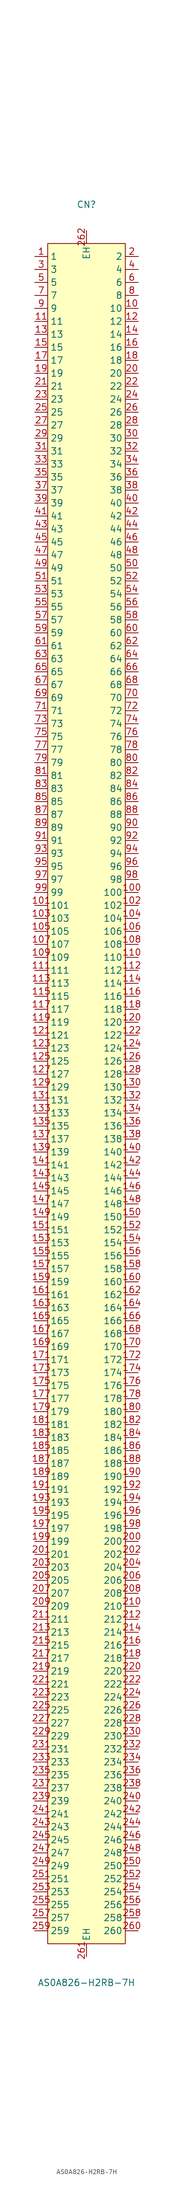
<source format=kicad_sym>
(kicad_symbol_lib
  (version 20231120)
  (generator "kicad_symbol_editor")
  (generator_version "8.0")
  (symbol "AS0A826-H2RB-7H"
    (property "Reference" "CN"
      (at 0 175.26 0)
      (effects (font (size 1.27 1.27))))
    (property "Value" "AS0A826-H2RB-7H"
      (at 0 -172.72 0)
      (effects (font (size 1.27 1.27))))
    (symbol "AS0A826-H2RB-7H_0_1"
      (rectangle (start -7.62 167.64) (end 7.62 -165.1) (stroke (width 0) (type default)) (fill (type background)))
      (pin unspecified line (at -10.16 165.1 0) (length 2.54) (name "1" (effects (font (size 1.27 1.27)))) (number "1" (effects (font (size 1.27 1.27)))))
      (pin unspecified line (at 10.16 154.94 180) (length 2.54) (name "10" (effects (font (size 1.27 1.27)))) (number "10" (effects (font (size 1.27 1.27)))))
      (pin unspecified line (at 10.16 40.64 180) (length 2.54) (name "100" (effects (font (size 1.27 1.27)))) (number "100" (effects (font (size 1.27 1.27)))))
      (pin unspecified line (at -10.16 38.1 0) (length 2.54) (name "101" (effects (font (size 1.27 1.27)))) (number "101" (effects (font (size 1.27 1.27)))))
      (pin unspecified line (at 10.16 38.1 180) (length 2.54) (name "102" (effects (font (size 1.27 1.27)))) (number "102" (effects (font (size 1.27 1.27)))))
      (pin unspecified line (at -10.16 35.56 0) (length 2.54) (name "103" (effects (font (size 1.27 1.27)))) (number "103" (effects (font (size 1.27 1.27)))))
      (pin unspecified line (at 10.16 35.56 180) (length 2.54) (name "104" (effects (font (size 1.27 1.27)))) (number "104" (effects (font (size 1.27 1.27)))))
      (pin unspecified line (at -10.16 33.02 0) (length 2.54) (name "105" (effects (font (size 1.27 1.27)))) (number "105" (effects (font (size 1.27 1.27)))))
      (pin unspecified line (at 10.16 33.02 180) (length 2.54) (name "106" (effects (font (size 1.27 1.27)))) (number "106" (effects (font (size 1.27 1.27)))))
      (pin unspecified line (at -10.16 30.48 0) (length 2.54) (name "107" (effects (font (size 1.27 1.27)))) (number "107" (effects (font (size 1.27 1.27)))))
      (pin unspecified line (at 10.16 30.48 180) (length 2.54) (name "108" (effects (font (size 1.27 1.27)))) (number "108" (effects (font (size 1.27 1.27)))))
      (pin unspecified line (at -10.16 27.94 0) (length 2.54) (name "109" (effects (font (size 1.27 1.27)))) (number "109" (effects (font (size 1.27 1.27)))))
      (pin unspecified line (at -10.16 152.4 0) (length 2.54) (name "11" (effects (font (size 1.27 1.27)))) (number "11" (effects (font (size 1.27 1.27)))))
      (pin unspecified line (at 10.16 27.94 180) (length 2.54) (name "110" (effects (font (size 1.27 1.27)))) (number "110" (effects (font (size 1.27 1.27)))))
      (pin unspecified line (at -10.16 25.4 0) (length 2.54) (name "111" (effects (font (size 1.27 1.27)))) (number "111" (effects (font (size 1.27 1.27)))))
      (pin unspecified line (at 10.16 25.4 180) (length 2.54) (name "112" (effects (font (size 1.27 1.27)))) (number "112" (effects (font (size 1.27 1.27)))))
      (pin unspecified line (at -10.16 22.86 0) (length 2.54) (name "113" (effects (font (size 1.27 1.27)))) (number "113" (effects (font (size 1.27 1.27)))))
      (pin unspecified line (at 10.16 22.86 180) (length 2.54) (name "114" (effects (font (size 1.27 1.27)))) (number "114" (effects (font (size 1.27 1.27)))))
      (pin unspecified line (at -10.16 20.32 0) (length 2.54) (name "115" (effects (font (size 1.27 1.27)))) (number "115" (effects (font (size 1.27 1.27)))))
      (pin unspecified line (at 10.16 20.32 180) (length 2.54) (name "116" (effects (font (size 1.27 1.27)))) (number "116" (effects (font (size 1.27 1.27)))))
      (pin unspecified line (at -10.16 17.78 0) (length 2.54) (name "117" (effects (font (size 1.27 1.27)))) (number "117" (effects (font (size 1.27 1.27)))))
      (pin unspecified line (at 10.16 17.78 180) (length 2.54) (name "118" (effects (font (size 1.27 1.27)))) (number "118" (effects (font (size 1.27 1.27)))))
      (pin unspecified line (at -10.16 15.24 0) (length 2.54) (name "119" (effects (font (size 1.27 1.27)))) (number "119" (effects (font (size 1.27 1.27)))))
      (pin unspecified line (at 10.16 152.4 180) (length 2.54) (name "12" (effects (font (size 1.27 1.27)))) (number "12" (effects (font (size 1.27 1.27)))))
      (pin unspecified line (at 10.16 15.24 180) (length 2.54) (name "120" (effects (font (size 1.27 1.27)))) (number "120" (effects (font (size 1.27 1.27)))))
      (pin unspecified line (at -10.16 12.7 0) (length 2.54) (name "121" (effects (font (size 1.27 1.27)))) (number "121" (effects (font (size 1.27 1.27)))))
      (pin unspecified line (at 10.16 12.7 180) (length 2.54) (name "122" (effects (font (size 1.27 1.27)))) (number "122" (effects (font (size 1.27 1.27)))))
      (pin unspecified line (at -10.16 10.16 0) (length 2.54) (name "123" (effects (font (size 1.27 1.27)))) (number "123" (effects (font (size 1.27 1.27)))))
      (pin unspecified line (at 10.16 10.16 180) (length 2.54) (name "124" (effects (font (size 1.27 1.27)))) (number "124" (effects (font (size 1.27 1.27)))))
      (pin unspecified line (at -10.16 7.62 0) (length 2.54) (name "125" (effects (font (size 1.27 1.27)))) (number "125" (effects (font (size 1.27 1.27)))))
      (pin unspecified line (at 10.16 7.62 180) (length 2.54) (name "126" (effects (font (size 1.27 1.27)))) (number "126" (effects (font (size 1.27 1.27)))))
      (pin unspecified line (at -10.16 5.08 0) (length 2.54) (name "127" (effects (font (size 1.27 1.27)))) (number "127" (effects (font (size 1.27 1.27)))))
      (pin unspecified line (at 10.16 5.08 180) (length 2.54) (name "128" (effects (font (size 1.27 1.27)))) (number "128" (effects (font (size 1.27 1.27)))))
      (pin unspecified line (at -10.16 2.54 0) (length 2.54) (name "129" (effects (font (size 1.27 1.27)))) (number "129" (effects (font (size 1.27 1.27)))))
      (pin unspecified line (at -10.16 149.86 0) (length 2.54) (name "13" (effects (font (size 1.27 1.27)))) (number "13" (effects (font (size 1.27 1.27)))))
      (pin unspecified line (at 10.16 2.54 180) (length 2.54) (name "130" (effects (font (size 1.27 1.27)))) (number "130" (effects (font (size 1.27 1.27)))))
      (pin unspecified line (at -10.16 0 0) (length 2.54) (name "131" (effects (font (size 1.27 1.27)))) (number "131" (effects (font (size 1.27 1.27)))))
      (pin unspecified line (at 10.16 0 180) (length 2.54) (name "132" (effects (font (size 1.27 1.27)))) (number "132" (effects (font (size 1.27 1.27)))))
      (pin unspecified line (at -10.16 -2.54 0) (length 2.54) (name "133" (effects (font (size 1.27 1.27)))) (number "133" (effects (font (size 1.27 1.27)))))
      (pin unspecified line (at 10.16 -2.54 180) (length 2.54) (name "134" (effects (font (size 1.27 1.27)))) (number "134" (effects (font (size 1.27 1.27)))))
      (pin unspecified line (at -10.16 -5.08 0) (length 2.54) (name "135" (effects (font (size 1.27 1.27)))) (number "135" (effects (font (size 1.27 1.27)))))
      (pin unspecified line (at 10.16 -5.08 180) (length 2.54) (name "136" (effects (font (size 1.27 1.27)))) (number "136" (effects (font (size 1.27 1.27)))))
      (pin unspecified line (at -10.16 -7.62 0) (length 2.54) (name "137" (effects (font (size 1.27 1.27)))) (number "137" (effects (font (size 1.27 1.27)))))
      (pin unspecified line (at 10.16 -7.62 180) (length 2.54) (name "138" (effects (font (size 1.27 1.27)))) (number "138" (effects (font (size 1.27 1.27)))))
      (pin unspecified line (at -10.16 -10.16 0) (length 2.54) (name "139" (effects (font (size 1.27 1.27)))) (number "139" (effects (font (size 1.27 1.27)))))
      (pin unspecified line (at 10.16 149.86 180) (length 2.54) (name "14" (effects (font (size 1.27 1.27)))) (number "14" (effects (font (size 1.27 1.27)))))
      (pin unspecified line (at 10.16 -10.16 180) (length 2.54) (name "140" (effects (font (size 1.27 1.27)))) (number "140" (effects (font (size 1.27 1.27)))))
      (pin unspecified line (at -10.16 -12.7 0) (length 2.54) (name "141" (effects (font (size 1.27 1.27)))) (number "141" (effects (font (size 1.27 1.27)))))
      (pin unspecified line (at 10.16 -12.7 180) (length 2.54) (name "142" (effects (font (size 1.27 1.27)))) (number "142" (effects (font (size 1.27 1.27)))))
      (pin unspecified line (at -10.16 -15.24 0) (length 2.54) (name "143" (effects (font (size 1.27 1.27)))) (number "143" (effects (font (size 1.27 1.27)))))
      (pin unspecified line (at 10.16 -15.24 180) (length 2.54) (name "144" (effects (font (size 1.27 1.27)))) (number "144" (effects (font (size 1.27 1.27)))))
      (pin unspecified line (at -10.16 -17.78 0) (length 2.54) (name "145" (effects (font (size 1.27 1.27)))) (number "145" (effects (font (size 1.27 1.27)))))
      (pin unspecified line (at 10.16 -17.78 180) (length 2.54) (name "146" (effects (font (size 1.27 1.27)))) (number "146" (effects (font (size 1.27 1.27)))))
      (pin unspecified line (at -10.16 -20.32 0) (length 2.54) (name "147" (effects (font (size 1.27 1.27)))) (number "147" (effects (font (size 1.27 1.27)))))
      (pin unspecified line (at 10.16 -20.32 180) (length 2.54) (name "148" (effects (font (size 1.27 1.27)))) (number "148" (effects (font (size 1.27 1.27)))))
      (pin unspecified line (at -10.16 -22.86 0) (length 2.54) (name "149" (effects (font (size 1.27 1.27)))) (number "149" (effects (font (size 1.27 1.27)))))
      (pin unspecified line (at -10.16 147.32 0) (length 2.54) (name "15" (effects (font (size 1.27 1.27)))) (number "15" (effects (font (size 1.27 1.27)))))
      (pin unspecified line (at 10.16 -22.86 180) (length 2.54) (name "150" (effects (font (size 1.27 1.27)))) (number "150" (effects (font (size 1.27 1.27)))))
      (pin unspecified line (at -10.16 -25.4 0) (length 2.54) (name "151" (effects (font (size 1.27 1.27)))) (number "151" (effects (font (size 1.27 1.27)))))
      (pin unspecified line (at 10.16 -25.4 180) (length 2.54) (name "152" (effects (font (size 1.27 1.27)))) (number "152" (effects (font (size 1.27 1.27)))))
      (pin unspecified line (at -10.16 -27.94 0) (length 2.54) (name "153" (effects (font (size 1.27 1.27)))) (number "153" (effects (font (size 1.27 1.27)))))
      (pin unspecified line (at 10.16 -27.94 180) (length 2.54) (name "154" (effects (font (size 1.27 1.27)))) (number "154" (effects (font (size 1.27 1.27)))))
      (pin unspecified line (at -10.16 -30.48 0) (length 2.54) (name "155" (effects (font (size 1.27 1.27)))) (number "155" (effects (font (size 1.27 1.27)))))
      (pin unspecified line (at 10.16 -30.48 180) (length 2.54) (name "156" (effects (font (size 1.27 1.27)))) (number "156" (effects (font (size 1.27 1.27)))))
      (pin unspecified line (at -10.16 -33.02 0) (length 2.54) (name "157" (effects (font (size 1.27 1.27)))) (number "157" (effects (font (size 1.27 1.27)))))
      (pin unspecified line (at 10.16 -33.02 180) (length 2.54) (name "158" (effects (font (size 1.27 1.27)))) (number "158" (effects (font (size 1.27 1.27)))))
      (pin unspecified line (at -10.16 -35.56 0) (length 2.54) (name "159" (effects (font (size 1.27 1.27)))) (number "159" (effects (font (size 1.27 1.27)))))
      (pin unspecified line (at 10.16 147.32 180) (length 2.54) (name "16" (effects (font (size 1.27 1.27)))) (number "16" (effects (font (size 1.27 1.27)))))
      (pin unspecified line (at 10.16 -35.56 180) (length 2.54) (name "160" (effects (font (size 1.27 1.27)))) (number "160" (effects (font (size 1.27 1.27)))))
      (pin unspecified line (at -10.16 -38.1 0) (length 2.54) (name "161" (effects (font (size 1.27 1.27)))) (number "161" (effects (font (size 1.27 1.27)))))
      (pin unspecified line (at 10.16 -38.1 180) (length 2.54) (name "162" (effects (font (size 1.27 1.27)))) (number "162" (effects (font (size 1.27 1.27)))))
      (pin unspecified line (at -10.16 -40.64 0) (length 2.54) (name "163" (effects (font (size 1.27 1.27)))) (number "163" (effects (font (size 1.27 1.27)))))
      (pin unspecified line (at 10.16 -40.64 180) (length 2.54) (name "164" (effects (font (size 1.27 1.27)))) (number "164" (effects (font (size 1.27 1.27)))))
      (pin unspecified line (at -10.16 -43.18 0) (length 2.54) (name "165" (effects (font (size 1.27 1.27)))) (number "165" (effects (font (size 1.27 1.27)))))
      (pin unspecified line (at 10.16 -43.18 180) (length 2.54) (name "166" (effects (font (size 1.27 1.27)))) (number "166" (effects (font (size 1.27 1.27)))))
      (pin unspecified line (at -10.16 -45.72 0) (length 2.54) (name "167" (effects (font (size 1.27 1.27)))) (number "167" (effects (font (size 1.27 1.27)))))
      (pin unspecified line (at 10.16 -45.72 180) (length 2.54) (name "168" (effects (font (size 1.27 1.27)))) (number "168" (effects (font (size 1.27 1.27)))))
      (pin unspecified line (at -10.16 -48.26 0) (length 2.54) (name "169" (effects (font (size 1.27 1.27)))) (number "169" (effects (font (size 1.27 1.27)))))
      (pin unspecified line (at -10.16 144.78 0) (length 2.54) (name "17" (effects (font (size 1.27 1.27)))) (number "17" (effects (font (size 1.27 1.27)))))
      (pin unspecified line (at 10.16 -48.26 180) (length 2.54) (name "170" (effects (font (size 1.27 1.27)))) (number "170" (effects (font (size 1.27 1.27)))))
      (pin unspecified line (at -10.16 -50.8 0) (length 2.54) (name "171" (effects (font (size 1.27 1.27)))) (number "171" (effects (font (size 1.27 1.27)))))
      (pin unspecified line (at 10.16 -50.8 180) (length 2.54) (name "172" (effects (font (size 1.27 1.27)))) (number "172" (effects (font (size 1.27 1.27)))))
      (pin unspecified line (at -10.16 -53.34 0) (length 2.54) (name "173" (effects (font (size 1.27 1.27)))) (number "173" (effects (font (size 1.27 1.27)))))
      (pin unspecified line (at 10.16 -53.34 180) (length 2.54) (name "174" (effects (font (size 1.27 1.27)))) (number "174" (effects (font (size 1.27 1.27)))))
      (pin unspecified line (at -10.16 -55.88 0) (length 2.54) (name "175" (effects (font (size 1.27 1.27)))) (number "175" (effects (font (size 1.27 1.27)))))
      (pin unspecified line (at 10.16 -55.88 180) (length 2.54) (name "176" (effects (font (size 1.27 1.27)))) (number "176" (effects (font (size 1.27 1.27)))))
      (pin unspecified line (at -10.16 -58.42 0) (length 2.54) (name "177" (effects (font (size 1.27 1.27)))) (number "177" (effects (font (size 1.27 1.27)))))
      (pin unspecified line (at 10.16 -58.42 180) (length 2.54) (name "178" (effects (font (size 1.27 1.27)))) (number "178" (effects (font (size 1.27 1.27)))))
      (pin unspecified line (at -10.16 -60.96 0) (length 2.54) (name "179" (effects (font (size 1.27 1.27)))) (number "179" (effects (font (size 1.27 1.27)))))
      (pin unspecified line (at 10.16 144.78 180) (length 2.54) (name "18" (effects (font (size 1.27 1.27)))) (number "18" (effects (font (size 1.27 1.27)))))
      (pin unspecified line (at 10.16 -60.96 180) (length 2.54) (name "180" (effects (font (size 1.27 1.27)))) (number "180" (effects (font (size 1.27 1.27)))))
      (pin unspecified line (at -10.16 -63.5 0) (length 2.54) (name "181" (effects (font (size 1.27 1.27)))) (number "181" (effects (font (size 1.27 1.27)))))
      (pin unspecified line (at 10.16 -63.5 180) (length 2.54) (name "182" (effects (font (size 1.27 1.27)))) (number "182" (effects (font (size 1.27 1.27)))))
      (pin unspecified line (at -10.16 -66.04 0) (length 2.54) (name "183" (effects (font (size 1.27 1.27)))) (number "183" (effects (font (size 1.27 1.27)))))
      (pin unspecified line (at 10.16 -66.04 180) (length 2.54) (name "184" (effects (font (size 1.27 1.27)))) (number "184" (effects (font (size 1.27 1.27)))))
      (pin unspecified line (at -10.16 -68.58 0) (length 2.54) (name "185" (effects (font (size 1.27 1.27)))) (number "185" (effects (font (size 1.27 1.27)))))
      (pin unspecified line (at 10.16 -68.58 180) (length 2.54) (name "186" (effects (font (size 1.27 1.27)))) (number "186" (effects (font (size 1.27 1.27)))))
      (pin unspecified line (at -10.16 -71.12 0) (length 2.54) (name "187" (effects (font (size 1.27 1.27)))) (number "187" (effects (font (size 1.27 1.27)))))
      (pin unspecified line (at 10.16 -71.12 180) (length 2.54) (name "188" (effects (font (size 1.27 1.27)))) (number "188" (effects (font (size 1.27 1.27)))))
      (pin unspecified line (at -10.16 -73.66 0) (length 2.54) (name "189" (effects (font (size 1.27 1.27)))) (number "189" (effects (font (size 1.27 1.27)))))
      (pin unspecified line (at -10.16 142.24 0) (length 2.54) (name "19" (effects (font (size 1.27 1.27)))) (number "19" (effects (font (size 1.27 1.27)))))
      (pin unspecified line (at 10.16 -73.66 180) (length 2.54) (name "190" (effects (font (size 1.27 1.27)))) (number "190" (effects (font (size 1.27 1.27)))))
      (pin unspecified line (at -10.16 -76.2 0) (length 2.54) (name "191" (effects (font (size 1.27 1.27)))) (number "191" (effects (font (size 1.27 1.27)))))
      (pin unspecified line (at 10.16 -76.2 180) (length 2.54) (name "192" (effects (font (size 1.27 1.27)))) (number "192" (effects (font (size 1.27 1.27)))))
      (pin unspecified line (at -10.16 -78.74 0) (length 2.54) (name "193" (effects (font (size 1.27 1.27)))) (number "193" (effects (font (size 1.27 1.27)))))
      (pin unspecified line (at 10.16 -78.74 180) (length 2.54) (name "194" (effects (font (size 1.27 1.27)))) (number "194" (effects (font (size 1.27 1.27)))))
      (pin unspecified line (at -10.16 -81.28 0) (length 2.54) (name "195" (effects (font (size 1.27 1.27)))) (number "195" (effects (font (size 1.27 1.27)))))
      (pin unspecified line (at 10.16 -81.28 180) (length 2.54) (name "196" (effects (font (size 1.27 1.27)))) (number "196" (effects (font (size 1.27 1.27)))))
      (pin unspecified line (at -10.16 -83.82 0) (length 2.54) (name "197" (effects (font (size 1.27 1.27)))) (number "197" (effects (font (size 1.27 1.27)))))
      (pin unspecified line (at 10.16 -83.82 180) (length 2.54) (name "198" (effects (font (size 1.27 1.27)))) (number "198" (effects (font (size 1.27 1.27)))))
      (pin unspecified line (at -10.16 -86.36 0) (length 2.54) (name "199" (effects (font (size 1.27 1.27)))) (number "199" (effects (font (size 1.27 1.27)))))
      (pin unspecified line (at 10.16 165.1 180) (length 2.54) (name "2" (effects (font (size 1.27 1.27)))) (number "2" (effects (font (size 1.27 1.27)))))
      (pin unspecified line (at 10.16 142.24 180) (length 2.54) (name "20" (effects (font (size 1.27 1.27)))) (number "20" (effects (font (size 1.27 1.27)))))
      (pin unspecified line (at 10.16 -86.36 180) (length 2.54) (name "200" (effects (font (size 1.27 1.27)))) (number "200" (effects (font (size 1.27 1.27)))))
      (pin unspecified line (at -10.16 -88.9 0) (length 2.54) (name "201" (effects (font (size 1.27 1.27)))) (number "201" (effects (font (size 1.27 1.27)))))
      (pin unspecified line (at 10.16 -88.9 180) (length 2.54) (name "202" (effects (font (size 1.27 1.27)))) (number "202" (effects (font (size 1.27 1.27)))))
      (pin unspecified line (at -10.16 -91.44 0) (length 2.54) (name "203" (effects (font (size 1.27 1.27)))) (number "203" (effects (font (size 1.27 1.27)))))
      (pin unspecified line (at 10.16 -91.44 180) (length 2.54) (name "204" (effects (font (size 1.27 1.27)))) (number "204" (effects (font (size 1.27 1.27)))))
      (pin unspecified line (at -10.16 -93.98 0) (length 2.54) (name "205" (effects (font (size 1.27 1.27)))) (number "205" (effects (font (size 1.27 1.27)))))
      (pin unspecified line (at 10.16 -93.98 180) (length 2.54) (name "206" (effects (font (size 1.27 1.27)))) (number "206" (effects (font (size 1.27 1.27)))))
      (pin unspecified line (at -10.16 -96.52 0) (length 2.54) (name "207" (effects (font (size 1.27 1.27)))) (number "207" (effects (font (size 1.27 1.27)))))
      (pin unspecified line (at 10.16 -96.52 180) (length 2.54) (name "208" (effects (font (size 1.27 1.27)))) (number "208" (effects (font (size 1.27 1.27)))))
      (pin unspecified line (at -10.16 -99.06 0) (length 2.54) (name "209" (effects (font (size 1.27 1.27)))) (number "209" (effects (font (size 1.27 1.27)))))
      (pin unspecified line (at -10.16 139.7 0) (length 2.54) (name "21" (effects (font (size 1.27 1.27)))) (number "21" (effects (font (size 1.27 1.27)))))
      (pin unspecified line (at 10.16 -99.06 180) (length 2.54) (name "210" (effects (font (size 1.27 1.27)))) (number "210" (effects (font (size 1.27 1.27)))))
      (pin unspecified line (at -10.16 -101.6 0) (length 2.54) (name "211" (effects (font (size 1.27 1.27)))) (number "211" (effects (font (size 1.27 1.27)))))
      (pin unspecified line (at 10.16 -101.6 180) (length 2.54) (name "212" (effects (font (size 1.27 1.27)))) (number "212" (effects (font (size 1.27 1.27)))))
      (pin unspecified line (at -10.16 -104.14 0) (length 2.54) (name "213" (effects (font (size 1.27 1.27)))) (number "213" (effects (font (size 1.27 1.27)))))
      (pin unspecified line (at 10.16 -104.14 180) (length 2.54) (name "214" (effects (font (size 1.27 1.27)))) (number "214" (effects (font (size 1.27 1.27)))))
      (pin unspecified line (at -10.16 -106.68 0) (length 2.54) (name "215" (effects (font (size 1.27 1.27)))) (number "215" (effects (font (size 1.27 1.27)))))
      (pin unspecified line (at 10.16 -106.68 180) (length 2.54) (name "216" (effects (font (size 1.27 1.27)))) (number "216" (effects (font (size 1.27 1.27)))))
      (pin unspecified line (at -10.16 -109.22 0) (length 2.54) (name "217" (effects (font (size 1.27 1.27)))) (number "217" (effects (font (size 1.27 1.27)))))
      (pin unspecified line (at 10.16 -109.22 180) (length 2.54) (name "218" (effects (font (size 1.27 1.27)))) (number "218" (effects (font (size 1.27 1.27)))))
      (pin unspecified line (at -10.16 -111.76 0) (length 2.54) (name "219" (effects (font (size 1.27 1.27)))) (number "219" (effects (font (size 1.27 1.27)))))
      (pin unspecified line (at 10.16 139.7 180) (length 2.54) (name "22" (effects (font (size 1.27 1.27)))) (number "22" (effects (font (size 1.27 1.27)))))
      (pin unspecified line (at 10.16 -111.76 180) (length 2.54) (name "220" (effects (font (size 1.27 1.27)))) (number "220" (effects (font (size 1.27 1.27)))))
      (pin unspecified line (at -10.16 -114.3 0) (length 2.54) (name "221" (effects (font (size 1.27 1.27)))) (number "221" (effects (font (size 1.27 1.27)))))
      (pin unspecified line (at 10.16 -114.3 180) (length 2.54) (name "222" (effects (font (size 1.27 1.27)))) (number "222" (effects (font (size 1.27 1.27)))))
      (pin unspecified line (at -10.16 -116.84 0) (length 2.54) (name "223" (effects (font (size 1.27 1.27)))) (number "223" (effects (font (size 1.27 1.27)))))
      (pin unspecified line (at 10.16 -116.84 180) (length 2.54) (name "224" (effects (font (size 1.27 1.27)))) (number "224" (effects (font (size 1.27 1.27)))))
      (pin unspecified line (at -10.16 -119.38 0) (length 2.54) (name "225" (effects (font (size 1.27 1.27)))) (number "225" (effects (font (size 1.27 1.27)))))
      (pin unspecified line (at 10.16 -119.38 180) (length 2.54) (name "226" (effects (font (size 1.27 1.27)))) (number "226" (effects (font (size 1.27 1.27)))))
      (pin unspecified line (at -10.16 -121.92 0) (length 2.54) (name "227" (effects (font (size 1.27 1.27)))) (number "227" (effects (font (size 1.27 1.27)))))
      (pin unspecified line (at 10.16 -121.92 180) (length 2.54) (name "228" (effects (font (size 1.27 1.27)))) (number "228" (effects (font (size 1.27 1.27)))))
      (pin unspecified line (at -10.16 -124.46 0) (length 2.54) (name "229" (effects (font (size 1.27 1.27)))) (number "229" (effects (font (size 1.27 1.27)))))
      (pin unspecified line (at -10.16 137.16 0) (length 2.54) (name "23" (effects (font (size 1.27 1.27)))) (number "23" (effects (font (size 1.27 1.27)))))
      (pin unspecified line (at 10.16 -124.46 180) (length 2.54) (name "230" (effects (font (size 1.27 1.27)))) (number "230" (effects (font (size 1.27 1.27)))))
      (pin unspecified line (at -10.16 -127 0) (length 2.54) (name "231" (effects (font (size 1.27 1.27)))) (number "231" (effects (font (size 1.27 1.27)))))
      (pin unspecified line (at 10.16 -127 180) (length 2.54) (name "232" (effects (font (size 1.27 1.27)))) (number "232" (effects (font (size 1.27 1.27)))))
      (pin unspecified line (at -10.16 -129.54 0) (length 2.54) (name "233" (effects (font (size 1.27 1.27)))) (number "233" (effects (font (size 1.27 1.27)))))
      (pin unspecified line (at 10.16 -129.54 180) (length 2.54) (name "234" (effects (font (size 1.27 1.27)))) (number "234" (effects (font (size 1.27 1.27)))))
      (pin unspecified line (at -10.16 -132.08 0) (length 2.54) (name "235" (effects (font (size 1.27 1.27)))) (number "235" (effects (font (size 1.27 1.27)))))
      (pin unspecified line (at 10.16 -132.08 180) (length 2.54) (name "236" (effects (font (size 1.27 1.27)))) (number "236" (effects (font (size 1.27 1.27)))))
      (pin unspecified line (at -10.16 -134.62 0) (length 2.54) (name "237" (effects (font (size 1.27 1.27)))) (number "237" (effects (font (size 1.27 1.27)))))
      (pin unspecified line (at 10.16 -134.62 180) (length 2.54) (name "238" (effects (font (size 1.27 1.27)))) (number "238" (effects (font (size 1.27 1.27)))))
      (pin unspecified line (at -10.16 -137.16 0) (length 2.54) (name "239" (effects (font (size 1.27 1.27)))) (number "239" (effects (font (size 1.27 1.27)))))
      (pin unspecified line (at 10.16 137.16 180) (length 2.54) (name "24" (effects (font (size 1.27 1.27)))) (number "24" (effects (font (size 1.27 1.27)))))
      (pin unspecified line (at 10.16 -137.16 180) (length 2.54) (name "240" (effects (font (size 1.27 1.27)))) (number "240" (effects (font (size 1.27 1.27)))))
      (pin unspecified line (at -10.16 -139.7 0) (length 2.54) (name "241" (effects (font (size 1.27 1.27)))) (number "241" (effects (font (size 1.27 1.27)))))
      (pin unspecified line (at 10.16 -139.7 180) (length 2.54) (name "242" (effects (font (size 1.27 1.27)))) (number "242" (effects (font (size 1.27 1.27)))))
      (pin unspecified line (at -10.16 -142.24 0) (length 2.54) (name "243" (effects (font (size 1.27 1.27)))) (number "243" (effects (font (size 1.27 1.27)))))
      (pin unspecified line (at 10.16 -142.24 180) (length 2.54) (name "244" (effects (font (size 1.27 1.27)))) (number "244" (effects (font (size 1.27 1.27)))))
      (pin unspecified line (at -10.16 -144.78 0) (length 2.54) (name "245" (effects (font (size 1.27 1.27)))) (number "245" (effects (font (size 1.27 1.27)))))
      (pin unspecified line (at 10.16 -144.78 180) (length 2.54) (name "246" (effects (font (size 1.27 1.27)))) (number "246" (effects (font (size 1.27 1.27)))))
      (pin unspecified line (at -10.16 -147.32 0) (length 2.54) (name "247" (effects (font (size 1.27 1.27)))) (number "247" (effects (font (size 1.27 1.27)))))
      (pin unspecified line (at 10.16 -147.32 180) (length 2.54) (name "248" (effects (font (size 1.27 1.27)))) (number "248" (effects (font (size 1.27 1.27)))))
      (pin unspecified line (at -10.16 -149.86 0) (length 2.54) (name "249" (effects (font (size 1.27 1.27)))) (number "249" (effects (font (size 1.27 1.27)))))
      (pin unspecified line (at -10.16 134.62 0) (length 2.54) (name "25" (effects (font (size 1.27 1.27)))) (number "25" (effects (font (size 1.27 1.27)))))
      (pin unspecified line (at 10.16 -149.86 180) (length 2.54) (name "250" (effects (font (size 1.27 1.27)))) (number "250" (effects (font (size 1.27 1.27)))))
      (pin unspecified line (at -10.16 -152.4 0) (length 2.54) (name "251" (effects (font (size 1.27 1.27)))) (number "251" (effects (font (size 1.27 1.27)))))
      (pin unspecified line (at 10.16 -152.4 180) (length 2.54) (name "252" (effects (font (size 1.27 1.27)))) (number "252" (effects (font (size 1.27 1.27)))))
      (pin unspecified line (at -10.16 -154.94 0) (length 2.54) (name "253" (effects (font (size 1.27 1.27)))) (number "253" (effects (font (size 1.27 1.27)))))
      (pin unspecified line (at 10.16 -154.94 180) (length 2.54) (name "254" (effects (font (size 1.27 1.27)))) (number "254" (effects (font (size 1.27 1.27)))))
      (pin unspecified line (at -10.16 -157.48 0) (length 2.54) (name "255" (effects (font (size 1.27 1.27)))) (number "255" (effects (font (size 1.27 1.27)))))
      (pin unspecified line (at 10.16 -157.48 180) (length 2.54) (name "256" (effects (font (size 1.27 1.27)))) (number "256" (effects (font (size 1.27 1.27)))))
      (pin unspecified line (at -10.16 -160.02 0) (length 2.54) (name "257" (effects (font (size 1.27 1.27)))) (number "257" (effects (font (size 1.27 1.27)))))
      (pin unspecified line (at 10.16 -160.02 180) (length 2.54) (name "258" (effects (font (size 1.27 1.27)))) (number "258" (effects (font (size 1.27 1.27)))))
      (pin unspecified line (at -10.16 -162.56 0) (length 2.54) (name "259" (effects (font (size 1.27 1.27)))) (number "259" (effects (font (size 1.27 1.27)))))
      (pin unspecified line (at 10.16 134.62 180) (length 2.54) (name "26" (effects (font (size 1.27 1.27)))) (number "26" (effects (font (size 1.27 1.27)))))
      (pin unspecified line (at 10.16 -162.56 180) (length 2.54) (name "260" (effects (font (size 1.27 1.27)))) (number "260" (effects (font (size 1.27 1.27)))))
      (pin unspecified line (at 0 -167.64 90) (length 2.54) (name "EH" (effects (font (size 1.27 1.27)))) (number "261" (effects (font (size 1.27 1.27)))))
      (pin unspecified line (at 0 170.18 270) (length 2.54) (name "EH" (effects (font (size 1.27 1.27)))) (number "262" (effects (font (size 1.27 1.27)))))
      (pin unspecified line (at -10.16 132.08 0) (length 2.54) (name "27" (effects (font (size 1.27 1.27)))) (number "27" (effects (font (size 1.27 1.27)))))
      (pin unspecified line (at 10.16 132.08 180) (length 2.54) (name "28" (effects (font (size 1.27 1.27)))) (number "28" (effects (font (size 1.27 1.27)))))
      (pin unspecified line (at -10.16 129.54 0) (length 2.54) (name "29" (effects (font (size 1.27 1.27)))) (number "29" (effects (font (size 1.27 1.27)))))
      (pin unspecified line (at -10.16 162.56 0) (length 2.54) (name "3" (effects (font (size 1.27 1.27)))) (number "3" (effects (font (size 1.27 1.27)))))
      (pin unspecified line (at 10.16 129.54 180) (length 2.54) (name "30" (effects (font (size 1.27 1.27)))) (number "30" (effects (font (size 1.27 1.27)))))
      (pin unspecified line (at -10.16 127 0) (length 2.54) (name "31" (effects (font (size 1.27 1.27)))) (number "31" (effects (font (size 1.27 1.27)))))
      (pin unspecified line (at 10.16 127 180) (length 2.54) (name "32" (effects (font (size 1.27 1.27)))) (number "32" (effects (font (size 1.27 1.27)))))
      (pin unspecified line (at -10.16 124.46 0) (length 2.54) (name "33" (effects (font (size 1.27 1.27)))) (number "33" (effects (font (size 1.27 1.27)))))
      (pin unspecified line (at 10.16 124.46 180) (length 2.54) (name "34" (effects (font (size 1.27 1.27)))) (number "34" (effects (font (size 1.27 1.27)))))
      (pin unspecified line (at -10.16 121.92 0) (length 2.54) (name "35" (effects (font (size 1.27 1.27)))) (number "35" (effects (font (size 1.27 1.27)))))
      (pin unspecified line (at 10.16 121.92 180) (length 2.54) (name "36" (effects (font (size 1.27 1.27)))) (number "36" (effects (font (size 1.27 1.27)))))
      (pin unspecified line (at -10.16 119.38 0) (length 2.54) (name "37" (effects (font (size 1.27 1.27)))) (number "37" (effects (font (size 1.27 1.27)))))
      (pin unspecified line (at 10.16 119.38 180) (length 2.54) (name "38" (effects (font (size 1.27 1.27)))) (number "38" (effects (font (size 1.27 1.27)))))
      (pin unspecified line (at -10.16 116.84 0) (length 2.54) (name "39" (effects (font (size 1.27 1.27)))) (number "39" (effects (font (size 1.27 1.27)))))
      (pin unspecified line (at 10.16 162.56 180) (length 2.54) (name "4" (effects (font (size 1.27 1.27)))) (number "4" (effects (font (size 1.27 1.27)))))
      (pin unspecified line (at 10.16 116.84 180) (length 2.54) (name "40" (effects (font (size 1.27 1.27)))) (number "40" (effects (font (size 1.27 1.27)))))
      (pin unspecified line (at -10.16 114.3 0) (length 2.54) (name "41" (effects (font (size 1.27 1.27)))) (number "41" (effects (font (size 1.27 1.27)))))
      (pin unspecified line (at 10.16 114.3 180) (length 2.54) (name "42" (effects (font (size 1.27 1.27)))) (number "42" (effects (font (size 1.27 1.27)))))
      (pin unspecified line (at -10.16 111.76 0) (length 2.54) (name "43" (effects (font (size 1.27 1.27)))) (number "43" (effects (font (size 1.27 1.27)))))
      (pin unspecified line (at 10.16 111.76 180) (length 2.54) (name "44" (effects (font (size 1.27 1.27)))) (number "44" (effects (font (size 1.27 1.27)))))
      (pin unspecified line (at -10.16 109.22 0) (length 2.54) (name "45" (effects (font (size 1.27 1.27)))) (number "45" (effects (font (size 1.27 1.27)))))
      (pin unspecified line (at 10.16 109.22 180) (length 2.54) (name "46" (effects (font (size 1.27 1.27)))) (number "46" (effects (font (size 1.27 1.27)))))
      (pin unspecified line (at -10.16 106.68 0) (length 2.54) (name "47" (effects (font (size 1.27 1.27)))) (number "47" (effects (font (size 1.27 1.27)))))
      (pin unspecified line (at 10.16 106.68 180) (length 2.54) (name "48" (effects (font (size 1.27 1.27)))) (number "48" (effects (font (size 1.27 1.27)))))
      (pin unspecified line (at -10.16 104.14 0) (length 2.54) (name "49" (effects (font (size 1.27 1.27)))) (number "49" (effects (font (size 1.27 1.27)))))
      (pin unspecified line (at -10.16 160.02 0) (length 2.54) (name "5" (effects (font (size 1.27 1.27)))) (number "5" (effects (font (size 1.27 1.27)))))
      (pin unspecified line (at 10.16 104.14 180) (length 2.54) (name "50" (effects (font (size 1.27 1.27)))) (number "50" (effects (font (size 1.27 1.27)))))
      (pin unspecified line (at -10.16 101.6 0) (length 2.54) (name "51" (effects (font (size 1.27 1.27)))) (number "51" (effects (font (size 1.27 1.27)))))
      (pin unspecified line (at 10.16 101.6 180) (length 2.54) (name "52" (effects (font (size 1.27 1.27)))) (number "52" (effects (font (size 1.27 1.27)))))
      (pin unspecified line (at -10.16 99.06 0) (length 2.54) (name "53" (effects (font (size 1.27 1.27)))) (number "53" (effects (font (size 1.27 1.27)))))
      (pin unspecified line (at 10.16 99.06 180) (length 2.54) (name "54" (effects (font (size 1.27 1.27)))) (number "54" (effects (font (size 1.27 1.27)))))
      (pin unspecified line (at -10.16 96.52 0) (length 2.54) (name "55" (effects (font (size 1.27 1.27)))) (number "55" (effects (font (size 1.27 1.27)))))
      (pin unspecified line (at 10.16 96.52 180) (length 2.54) (name "56" (effects (font (size 1.27 1.27)))) (number "56" (effects (font (size 1.27 1.27)))))
      (pin unspecified line (at -10.16 93.98 0) (length 2.54) (name "57" (effects (font (size 1.27 1.27)))) (number "57" (effects (font (size 1.27 1.27)))))
      (pin unspecified line (at 10.16 93.98 180) (length 2.54) (name "58" (effects (font (size 1.27 1.27)))) (number "58" (effects (font (size 1.27 1.27)))))
      (pin unspecified line (at -10.16 91.44 0) (length 2.54) (name "59" (effects (font (size 1.27 1.27)))) (number "59" (effects (font (size 1.27 1.27)))))
      (pin unspecified line (at 10.16 160.02 180) (length 2.54) (name "6" (effects (font (size 1.27 1.27)))) (number "6" (effects (font (size 1.27 1.27)))))
      (pin unspecified line (at 10.16 91.44 180) (length 2.54) (name "60" (effects (font (size 1.27 1.27)))) (number "60" (effects (font (size 1.27 1.27)))))
      (pin unspecified line (at -10.16 88.9 0) (length 2.54) (name "61" (effects (font (size 1.27 1.27)))) (number "61" (effects (font (size 1.27 1.27)))))
      (pin unspecified line (at 10.16 88.9 180) (length 2.54) (name "62" (effects (font (size 1.27 1.27)))) (number "62" (effects (font (size 1.27 1.27)))))
      (pin unspecified line (at -10.16 86.36 0) (length 2.54) (name "63" (effects (font (size 1.27 1.27)))) (number "63" (effects (font (size 1.27 1.27)))))
      (pin unspecified line (at 10.16 86.36 180) (length 2.54) (name "64" (effects (font (size 1.27 1.27)))) (number "64" (effects (font (size 1.27 1.27)))))
      (pin unspecified line (at -10.16 83.82 0) (length 2.54) (name "65" (effects (font (size 1.27 1.27)))) (number "65" (effects (font (size 1.27 1.27)))))
      (pin unspecified line (at 10.16 83.82 180) (length 2.54) (name "66" (effects (font (size 1.27 1.27)))) (number "66" (effects (font (size 1.27 1.27)))))
      (pin unspecified line (at -10.16 81.28 0) (length 2.54) (name "67" (effects (font (size 1.27 1.27)))) (number "67" (effects (font (size 1.27 1.27)))))
      (pin unspecified line (at 10.16 81.28 180) (length 2.54) (name "68" (effects (font (size 1.27 1.27)))) (number "68" (effects (font (size 1.27 1.27)))))
      (pin unspecified line (at -10.16 78.74 0) (length 2.54) (name "69" (effects (font (size 1.27 1.27)))) (number "69" (effects (font (size 1.27 1.27)))))
      (pin unspecified line (at -10.16 157.48 0) (length 2.54) (name "7" (effects (font (size 1.27 1.27)))) (number "7" (effects (font (size 1.27 1.27)))))
      (pin unspecified line (at 10.16 78.74 180) (length 2.54) (name "70" (effects (font (size 1.27 1.27)))) (number "70" (effects (font (size 1.27 1.27)))))
      (pin unspecified line (at -10.16 76.2 0) (length 2.54) (name "71" (effects (font (size 1.27 1.27)))) (number "71" (effects (font (size 1.27 1.27)))))
      (pin unspecified line (at 10.16 76.2 180) (length 2.54) (name "72" (effects (font (size 1.27 1.27)))) (number "72" (effects (font (size 1.27 1.27)))))
      (pin unspecified line (at -10.16 73.66 0) (length 2.54) (name "73" (effects (font (size 1.27 1.27)))) (number "73" (effects (font (size 1.27 1.27)))))
      (pin unspecified line (at 10.16 73.66 180) (length 2.54) (name "74" (effects (font (size 1.27 1.27)))) (number "74" (effects (font (size 1.27 1.27)))))
      (pin unspecified line (at -10.16 71.12 0) (length 2.54) (name "75" (effects (font (size 1.27 1.27)))) (number "75" (effects (font (size 1.27 1.27)))))
      (pin unspecified line (at 10.16 71.12 180) (length 2.54) (name "76" (effects (font (size 1.27 1.27)))) (number "76" (effects (font (size 1.27 1.27)))))
      (pin unspecified line (at -10.16 68.58 0) (length 2.54) (name "77" (effects (font (size 1.27 1.27)))) (number "77" (effects (font (size 1.27 1.27)))))
      (pin unspecified line (at 10.16 68.58 180) (length 2.54) (name "78" (effects (font (size 1.27 1.27)))) (number "78" (effects (font (size 1.27 1.27)))))
      (pin unspecified line (at -10.16 66.04 0) (length 2.54) (name "79" (effects (font (size 1.27 1.27)))) (number "79" (effects (font (size 1.27 1.27)))))
      (pin unspecified line (at 10.16 157.48 180) (length 2.54) (name "8" (effects (font (size 1.27 1.27)))) (number "8" (effects (font (size 1.27 1.27)))))
      (pin unspecified line (at 10.16 66.04 180) (length 2.54) (name "80" (effects (font (size 1.27 1.27)))) (number "80" (effects (font (size 1.27 1.27)))))
      (pin unspecified line (at -10.16 63.5 0) (length 2.54) (name "81" (effects (font (size 1.27 1.27)))) (number "81" (effects (font (size 1.27 1.27)))))
      (pin unspecified line (at 10.16 63.5 180) (length 2.54) (name "82" (effects (font (size 1.27 1.27)))) (number "82" (effects (font (size 1.27 1.27)))))
      (pin unspecified line (at -10.16 60.96 0) (length 2.54) (name "83" (effects (font (size 1.27 1.27)))) (number "83" (effects (font (size 1.27 1.27)))))
      (pin unspecified line (at 10.16 60.96 180) (length 2.54) (name "84" (effects (font (size 1.27 1.27)))) (number "84" (effects (font (size 1.27 1.27)))))
      (pin unspecified line (at -10.16 58.42 0) (length 2.54) (name "85" (effects (font (size 1.27 1.27)))) (number "85" (effects (font (size 1.27 1.27)))))
      (pin unspecified line (at 10.16 58.42 180) (length 2.54) (name "86" (effects (font (size 1.27 1.27)))) (number "86" (effects (font (size 1.27 1.27)))))
      (pin unspecified line (at -10.16 55.88 0) (length 2.54) (name "87" (effects (font (size 1.27 1.27)))) (number "87" (effects (font (size 1.27 1.27)))))
      (pin unspecified line (at 10.16 55.88 180) (length 2.54) (name "88" (effects (font (size 1.27 1.27)))) (number "88" (effects (font (size 1.27 1.27)))))
      (pin unspecified line (at -10.16 53.34 0) (length 2.54) (name "89" (effects (font (size 1.27 1.27)))) (number "89" (effects (font (size 1.27 1.27)))))
      (pin unspecified line (at -10.16 154.94 0) (length 2.54) (name "9" (effects (font (size 1.27 1.27)))) (number "9" (effects (font (size 1.27 1.27)))))
      (pin unspecified line (at 10.16 53.34 180) (length 2.54) (name "90" (effects (font (size 1.27 1.27)))) (number "90" (effects (font (size 1.27 1.27)))))
      (pin unspecified line (at -10.16 50.8 0) (length 2.54) (name "91" (effects (font (size 1.27 1.27)))) (number "91" (effects (font (size 1.27 1.27)))))
      (pin unspecified line (at 10.16 50.8 180) (length 2.54) (name "92" (effects (font (size 1.27 1.27)))) (number "92" (effects (font (size 1.27 1.27)))))
      (pin unspecified line (at -10.16 48.26 0) (length 2.54) (name "93" (effects (font (size 1.27 1.27)))) (number "93" (effects (font (size 1.27 1.27)))))
      (pin unspecified line (at 10.16 48.26 180) (length 2.54) (name "94" (effects (font (size 1.27 1.27)))) (number "94" (effects (font (size 1.27 1.27)))))
      (pin unspecified line (at -10.16 45.72 0) (length 2.54) (name "95" (effects (font (size 1.27 1.27)))) (number "95" (effects (font (size 1.27 1.27)))))
      (pin unspecified line (at 10.16 45.72 180) (length 2.54) (name "96" (effects (font (size 1.27 1.27)))) (number "96" (effects (font (size 1.27 1.27)))))
      (pin unspecified line (at -10.16 43.18 0) (length 2.54) (name "97" (effects (font (size 1.27 1.27)))) (number "97" (effects (font (size 1.27 1.27)))))
      (pin unspecified line (at 10.16 43.18 180) (length 2.54) (name "98" (effects (font (size 1.27 1.27)))) (number "98" (effects (font (size 1.27 1.27)))))
      (pin unspecified line (at -10.16 40.64 0) (length 2.54) (name "99" (effects (font (size 1.27 1.27)))) (number "99" (effects (font (size 1.27 1.27))))))))
</source>
